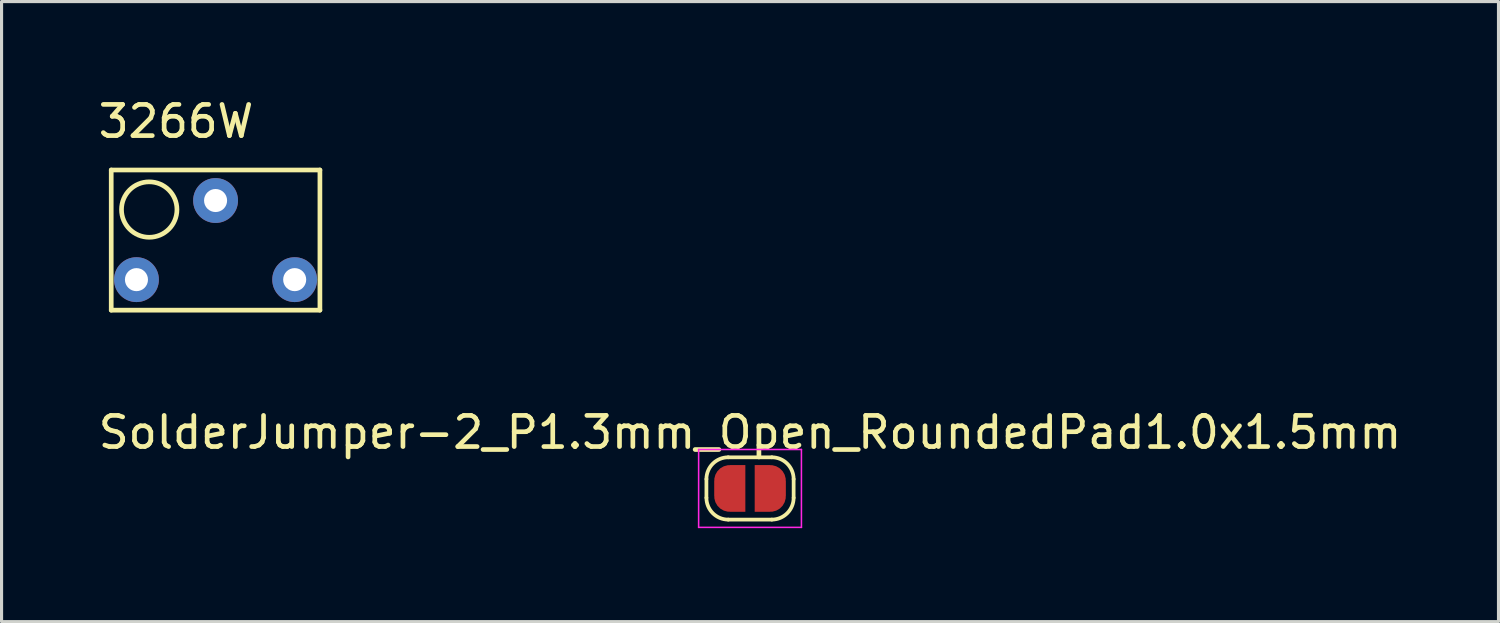
<source format=kicad_pcb>
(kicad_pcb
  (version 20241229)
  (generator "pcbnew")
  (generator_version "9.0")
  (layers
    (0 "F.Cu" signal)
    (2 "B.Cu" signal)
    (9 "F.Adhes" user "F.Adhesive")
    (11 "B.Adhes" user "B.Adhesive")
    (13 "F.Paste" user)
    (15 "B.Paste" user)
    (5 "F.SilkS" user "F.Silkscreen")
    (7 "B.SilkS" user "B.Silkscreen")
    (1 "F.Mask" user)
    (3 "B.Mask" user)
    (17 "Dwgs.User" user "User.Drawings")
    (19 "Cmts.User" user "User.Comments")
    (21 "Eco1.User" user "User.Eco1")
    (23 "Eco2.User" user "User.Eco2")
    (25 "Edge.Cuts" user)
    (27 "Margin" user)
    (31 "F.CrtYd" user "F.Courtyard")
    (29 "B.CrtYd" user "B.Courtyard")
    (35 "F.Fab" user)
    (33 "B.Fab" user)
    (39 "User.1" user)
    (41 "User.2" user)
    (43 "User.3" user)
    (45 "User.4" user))
  (footprint "3266W"
    (layer "F.Cu")
    (at 3.871 4.658)
    (property "Reference" "3266W" (at -1.27 -3.81 0) (layer "F.SilkS") (effects (font (size 1 1) (thickness 0.15))))
    (attr through_hole)
    (fp_line (start -3.35 -2.25) (end 3.35 -2.25) (stroke (width 0.15) (type solid)) (layer "F.SilkS"))
    (fp_line (start -3.35 2.25) (end -3.35 -2.25) (stroke (width 0.15) (type solid)) (layer "F.SilkS"))
    (fp_line (start 3.35 -2.25) (end 3.35 2.25) (stroke (width 0.15) (type solid)) (layer "F.SilkS"))
    (fp_line (start 3.35 2.25) (end -3.35 2.25) (stroke (width 0.15) (type solid)) (layer "F.SilkS"))
    (fp_circle (center -2.13 -0.98) (end -1.24 -0.98) (stroke (width 0.15) (type solid)) (fill no) (layer "F.SilkS"))
    (pad "1" thru_hole circle (at -2.54 1.27) (size 1.44 1.44) (drill 0.74) (layers "*.Cu" "*.Mask"))
    (pad "2" thru_hole circle (at 0 -1.27) (size 1.44 1.44) (drill 0.74) (layers "*.Cu" "*.Mask"))
    (pad "3" thru_hole circle (at 2.54 1.27) (size 1.44 1.44) (drill 0.74) (layers "*.Cu" "*.Mask")))
  (footprint "SolderJumper-2_P1.3mm_Open_RoundedPad1.0x1.5mm"
    (layer "F.Cu")
    (at 21.03 12.632)
    (property "Reference" "SolderJumper-2_P1.3mm_Open_RoundedPad1.0x1.5mm" (at 0 -1.8 0) (layer "F.SilkS") (effects (font (size 1 1) (thickness 0.15))))
    (attr exclude_from_pos_files exclude_from_bom)
    (fp_line (start -1.4 0.3) (end -1.4 -0.3) (stroke (width 0.12) (type solid)) (layer "F.SilkS"))
    (fp_line (start -0.7 -1) (end 0.7 -1) (stroke (width 0.12) (type solid)) (layer "F.SilkS"))
    (fp_line (start 0.7 1) (end -0.7 1) (stroke (width 0.12) (type solid)) (layer "F.SilkS"))
    (fp_line (start 1.4 -0.3) (end 1.4 0.3) (stroke (width 0.12) (type solid)) (layer "F.SilkS"))
    (fp_arc (start -1.4 -0.3) (mid -1.194975 -0.794975) (end -0.7 -1) (stroke (width 0.12) (type solid)) (layer "F.SilkS"))
    (fp_arc (start -0.7 1) (mid -1.194975 0.794975) (end -1.4 0.3) (stroke (width 0.12) (type solid)) (layer "F.SilkS"))
    (fp_arc (start 0.7 -1) (mid 1.194975 -0.794975) (end 1.4 -0.3) (stroke (width 0.12) (type solid)) (layer "F.SilkS"))
    (fp_arc (start 1.4 0.3) (mid 1.194975 0.794975) (end 0.7 1) (stroke (width 0.12) (type solid)) (layer "F.SilkS"))
    (fp_line (start -1.65 -1.25) (end -1.65 1.25) (stroke (width 0.05) (type solid)) (layer "F.CrtYd"))
    (fp_line (start -1.65 -1.25) (end 1.65 -1.25) (stroke (width 0.05) (type solid)) (layer "F.CrtYd"))
    (fp_line (start 1.65 1.25) (end -1.65 1.25) (stroke (width 0.05) (type solid)) (layer "F.CrtYd"))
    (fp_line (start 1.65 1.25) (end 1.65 -1.25) (stroke (width 0.05) (type solid)) (layer "F.CrtYd"))
    (pad "1" smd custom (at -0.65 0) (size 1 0.5) (layers "F.Cu" "F.Mask") (options (anchor rect)) (primitives (gr_circle (center 0 0.25) (end 0.5 0.25) (width 0) (fill yes)) (gr_circle (center 0 -0.25) (end 0.5 -0.25) (width 0) (fill yes)) (gr_poly (pts (xy 0 -0.75) (xy 0.5 -0.75) (xy 0.5 0.75) (xy 0 0.75)) (width 0) (fill yes))))
    (pad "2" smd custom (at 0.65 0) (size 1 0.5) (layers "F.Cu" "F.Mask") (options (anchor rect)) (primitives (gr_circle (center 0 0.25) (end 0.5 0.25) (width 0) (fill yes)) (gr_circle (center 0 -0.25) (end 0.5 -0.25) (width 0) (fill yes)) (gr_poly (pts (xy 0 -0.75) (xy -0.5 -0.75) (xy -0.5 0.75) (xy 0 0.75)) (width 0) (fill yes)))))
  (gr_rect
    (start -3 -3)
    (end 45.06 16.907)
    (stroke (width 0.1) (type default))
    (fill no)
    (layer "Edge.Cuts")))
</source>
